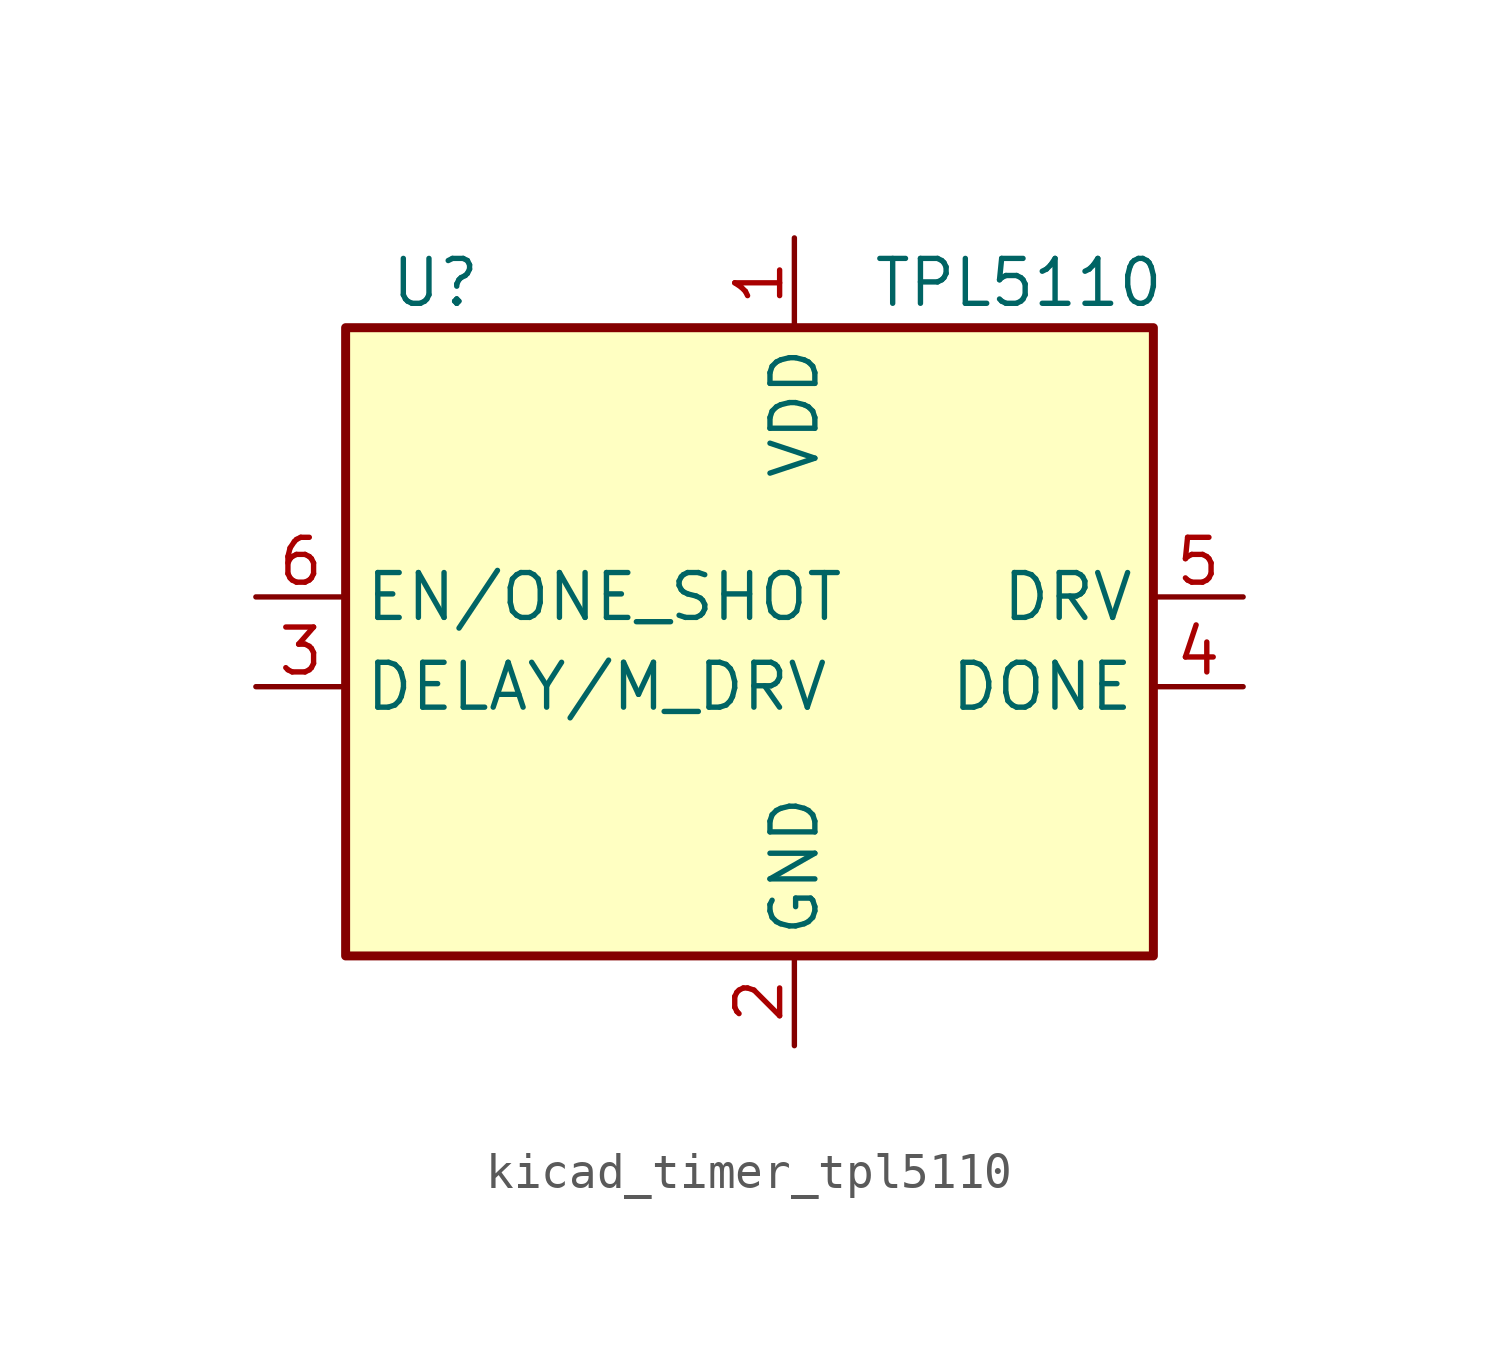
<source format=kicad_sym>
(kicad_symbol_lib
  (version 20220914)
  (generator kicad_symbol_editor)
  (symbol "kicad_timer_tpl5110"
    (property "Reference" "U"
      (at -10.16 8.89 0)
      (effects (font (size 1.27 1.27))))
    (property "Value" "TPL5110"
      (at 6.35 8.89 0)
      (effects (font (size 1.27 1.27))))
    (symbol "kicad_timer_tpl5110_0_1"
      (rectangle (start -12.7 7.62) (end 10.16 -10.16) (stroke (width 0.254) (type default)) (fill (type background))))
    (symbol "kicad_timer_tpl5110_1_1"
      (pin power_in line (at 0 10.16 270) (length 2.54) (name "VDD" (effects (font (size 1.27 1.27)))) (number "1" (effects (font (size 1.27 1.27)))))
      (pin power_in line (at 0 -12.7 90) (length 2.54) (name "GND" (effects (font (size 1.27 1.27)))) (number "2" (effects (font (size 1.27 1.27)))))
      (pin input line (at -15.24 -2.54 0) (length 2.54) (name "DELAY/M_DRV" (effects (font (size 1.27 1.27)))) (number "3" (effects (font (size 1.27 1.27)))))
      (pin input line (at 12.7 -2.54 180) (length 2.54) (name "DONE" (effects (font (size 1.27 1.27)))) (number "4" (effects (font (size 1.27 1.27)))))
      (pin output line (at 12.7 0 180) (length 2.54) (name "DRV" (effects (font (size 1.27 1.27)))) (number "5" (effects (font (size 1.27 1.27)))))
      (pin input line (at -15.24 0 0) (length 2.54) (name "EN/ONE_SHOT" (effects (font (size 1.27 1.27)))) (number "6" (effects (font (size 1.27 1.27))))))))
</source>
